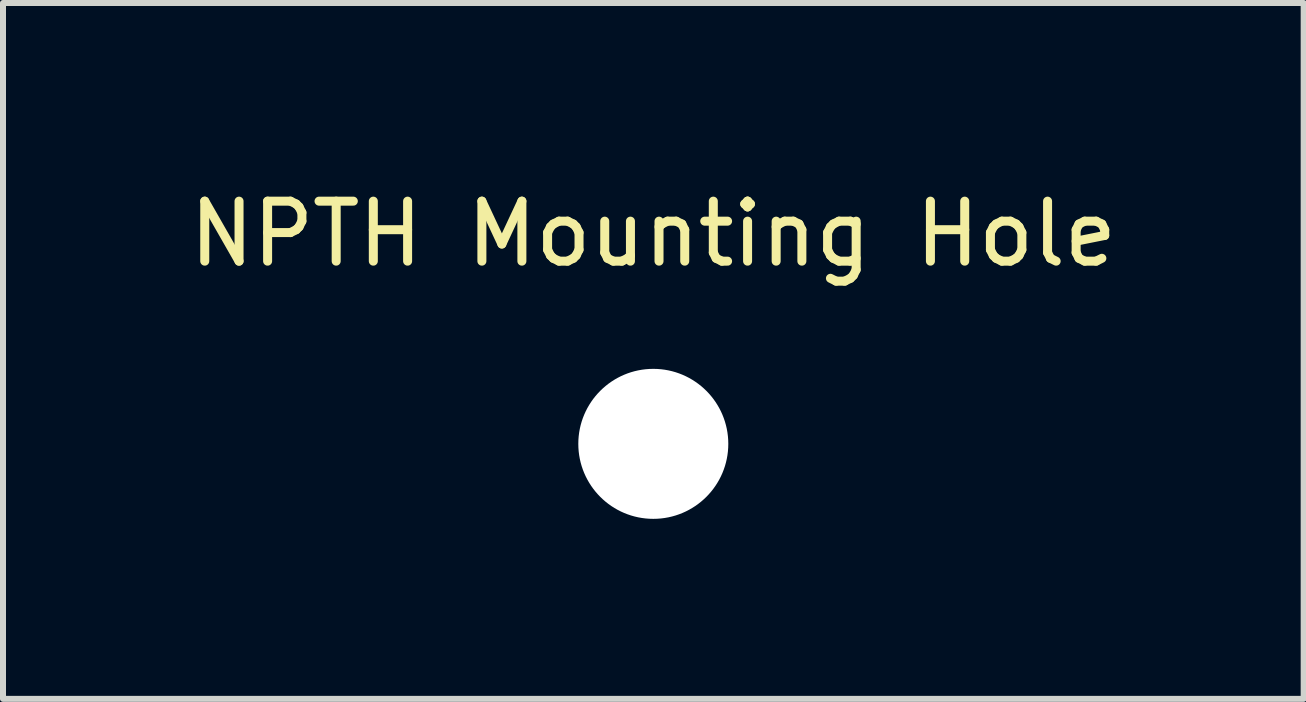
<source format=kicad_pcb>
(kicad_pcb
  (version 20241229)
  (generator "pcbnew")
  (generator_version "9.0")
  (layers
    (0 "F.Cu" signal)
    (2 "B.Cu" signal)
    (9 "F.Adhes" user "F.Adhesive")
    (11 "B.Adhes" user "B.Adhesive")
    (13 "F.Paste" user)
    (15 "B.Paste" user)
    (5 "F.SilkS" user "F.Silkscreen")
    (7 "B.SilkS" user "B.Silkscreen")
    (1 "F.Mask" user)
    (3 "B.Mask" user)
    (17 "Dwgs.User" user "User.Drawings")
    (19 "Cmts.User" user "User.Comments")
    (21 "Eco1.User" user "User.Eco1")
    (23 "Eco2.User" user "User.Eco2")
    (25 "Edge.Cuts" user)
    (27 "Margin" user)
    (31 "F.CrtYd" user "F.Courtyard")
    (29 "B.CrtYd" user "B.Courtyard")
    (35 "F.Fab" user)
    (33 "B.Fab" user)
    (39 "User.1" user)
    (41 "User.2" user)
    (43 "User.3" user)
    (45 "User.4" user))
  (footprint "NPTH Mounting Hole"
    (layer "F.Cu")
    (at 7.839 4.348)
    (property "Reference" "NPTH Mounting Hole" (at 0 -3.5 0) (layer "F.SilkS") (effects (font (size 1 1) (thickness 0.15))))
    (attr exclude_from_pos_files exclude_from_bom)
    (pad "" np_thru_hole circle (at 0 0) (size 2.5 2.5) (drill 2.5) (layers "*.Cu" "*.Mask")))
  (gr_rect
    (start -3 -3)
    (end 18.679 8.598)
    (stroke (width 0.1) (type default))
    (fill no)
    (layer "Edge.Cuts")))
</source>
